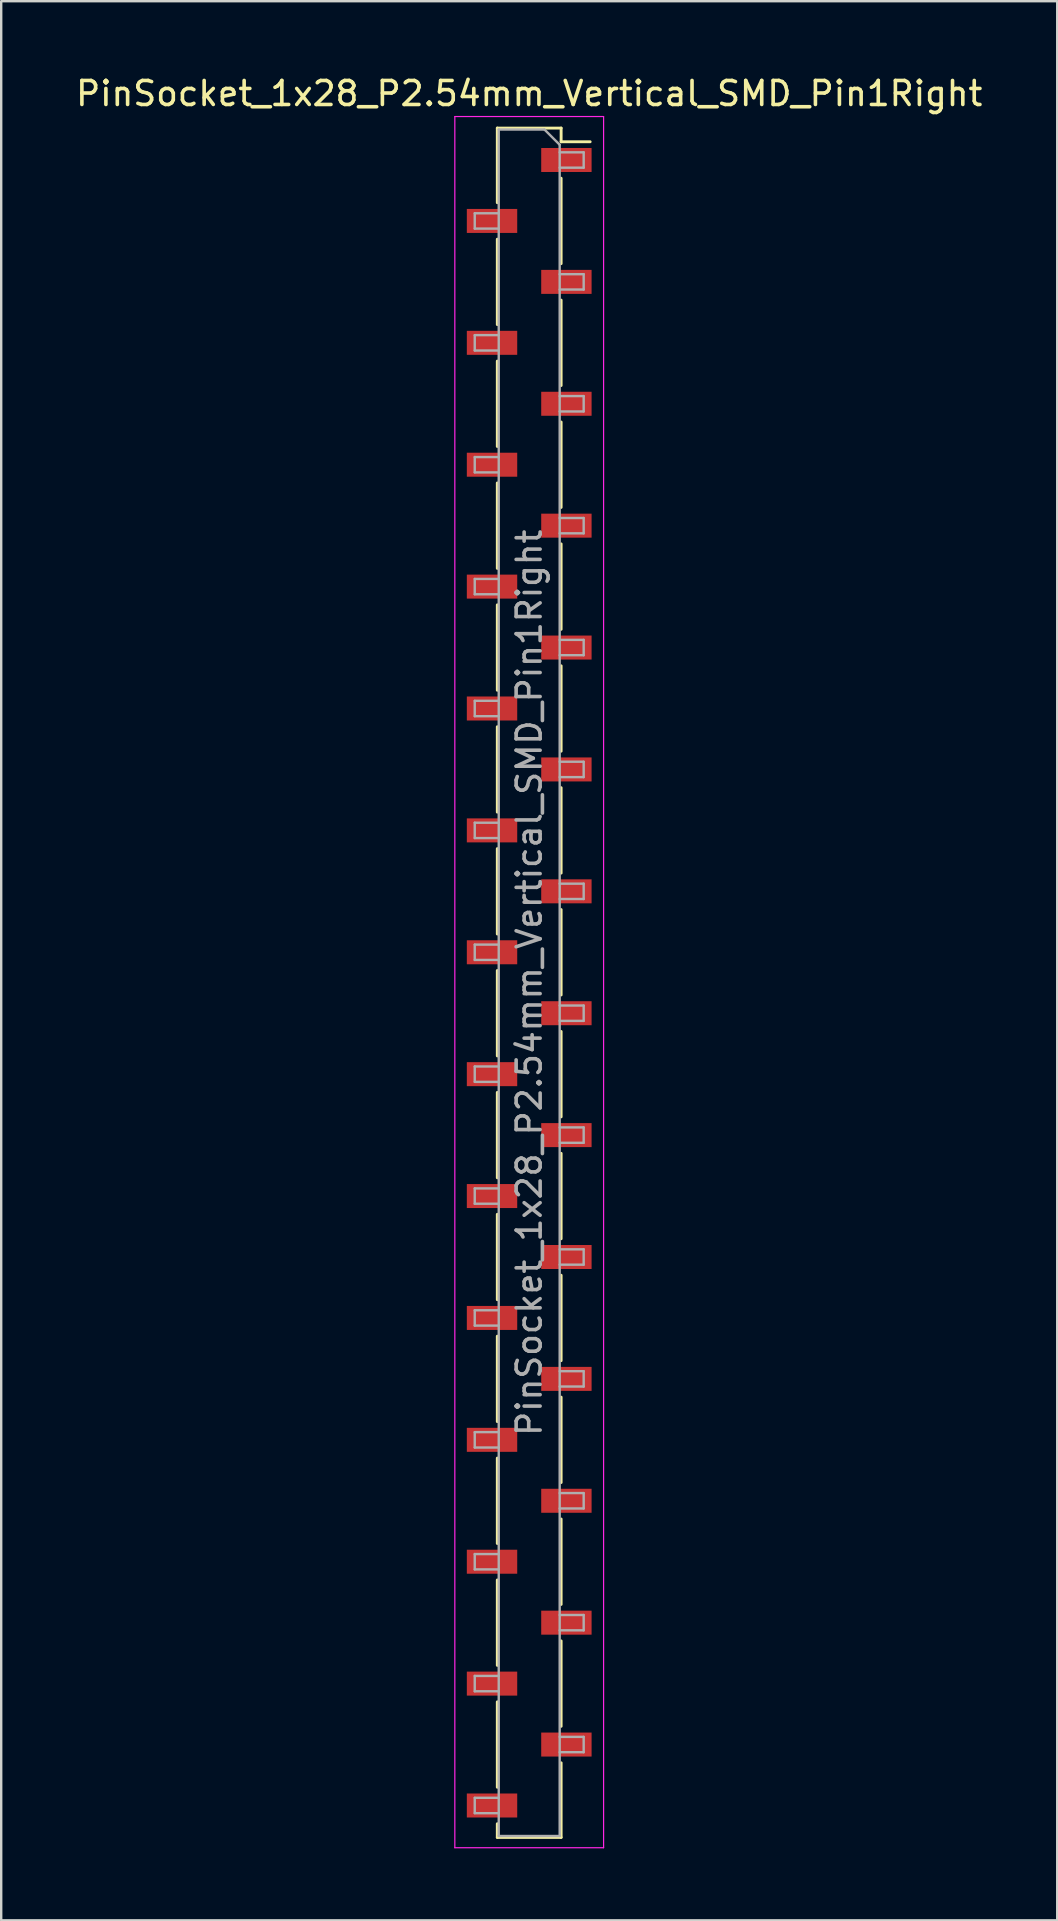
<source format=kicad_pcb>
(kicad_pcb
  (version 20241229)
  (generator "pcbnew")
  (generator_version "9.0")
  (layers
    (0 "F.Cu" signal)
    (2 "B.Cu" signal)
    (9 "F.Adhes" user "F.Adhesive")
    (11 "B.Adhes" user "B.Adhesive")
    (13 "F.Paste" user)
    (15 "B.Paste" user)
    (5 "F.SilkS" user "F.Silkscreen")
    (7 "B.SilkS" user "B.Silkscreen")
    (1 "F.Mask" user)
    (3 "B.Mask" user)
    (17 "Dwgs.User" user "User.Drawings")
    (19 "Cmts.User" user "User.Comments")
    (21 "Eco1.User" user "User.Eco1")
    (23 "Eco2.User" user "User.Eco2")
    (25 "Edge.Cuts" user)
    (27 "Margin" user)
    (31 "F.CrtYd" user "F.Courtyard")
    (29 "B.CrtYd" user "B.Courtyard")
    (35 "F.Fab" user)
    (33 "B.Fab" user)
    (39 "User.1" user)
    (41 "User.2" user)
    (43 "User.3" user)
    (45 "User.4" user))
  (footprint "PinSocket_1x28_P2.54mm_Vertical_SMD_Pin1Right"
    (layer "F.Cu")
    (at 19.006 37.908)
    (property "Reference" "PinSocket_1x28_P2.54mm_Vertical_SMD_Pin1Right" (at 0 -37.06 0) (layer "F.SilkS") (effects (font (size 1 1) (thickness 0.15))))
    (attr smd)
    (fp_line (start -1.33 -35.62) (end -1.33 -32.51) (stroke (width 0.12) (type solid)) (layer "F.SilkS"))
    (fp_line (start -1.33 -35.62) (end 1.33 -35.62) (stroke (width 0.12) (type solid)) (layer "F.SilkS"))
    (fp_line (start -1.33 -30.99) (end -1.33 -27.43) (stroke (width 0.12) (type solid)) (layer "F.SilkS"))
    (fp_line (start -1.33 -25.91) (end -1.33 -22.35) (stroke (width 0.12) (type solid)) (layer "F.SilkS"))
    (fp_line (start -1.33 -20.83) (end -1.33 -17.27) (stroke (width 0.12) (type solid)) (layer "F.SilkS"))
    (fp_line (start -1.33 -15.75) (end -1.33 -12.19) (stroke (width 0.12) (type solid)) (layer "F.SilkS"))
    (fp_line (start -1.33 -10.67) (end -1.33 -7.11) (stroke (width 0.12) (type solid)) (layer "F.SilkS"))
    (fp_line (start -1.33 -5.59) (end -1.33 -2.03) (stroke (width 0.12) (type solid)) (layer "F.SilkS"))
    (fp_line (start -1.33 -0.51) (end -1.33 3.05) (stroke (width 0.12) (type solid)) (layer "F.SilkS"))
    (fp_line (start -1.33 4.57) (end -1.33 8.13) (stroke (width 0.12) (type solid)) (layer "F.SilkS"))
    (fp_line (start -1.33 9.65) (end -1.33 13.21) (stroke (width 0.12) (type solid)) (layer "F.SilkS"))
    (fp_line (start -1.33 14.73) (end -1.33 18.29) (stroke (width 0.12) (type solid)) (layer "F.SilkS"))
    (fp_line (start -1.33 19.81) (end -1.33 23.37) (stroke (width 0.12) (type solid)) (layer "F.SilkS"))
    (fp_line (start -1.33 24.89) (end -1.33 28.45) (stroke (width 0.12) (type solid)) (layer "F.SilkS"))
    (fp_line (start -1.33 29.97) (end -1.33 33.53) (stroke (width 0.12) (type solid)) (layer "F.SilkS"))
    (fp_line (start -1.33 35.05) (end -1.33 35.62) (stroke (width 0.12) (type solid)) (layer "F.SilkS"))
    (fp_line (start -1.33 35.62) (end 1.33 35.62) (stroke (width 0.12) (type solid)) (layer "F.SilkS"))
    (fp_line (start 1.33 -35.62) (end 1.33 -35.05) (stroke (width 0.12) (type solid)) (layer "F.SilkS"))
    (fp_line (start 1.33 -35.05) (end 2.54 -35.05) (stroke (width 0.12) (type solid)) (layer "F.SilkS"))
    (fp_line (start 1.33 -33.53) (end 1.33 -29.97) (stroke (width 0.12) (type solid)) (layer "F.SilkS"))
    (fp_line (start 1.33 -28.45) (end 1.33 -24.89) (stroke (width 0.12) (type solid)) (layer "F.SilkS"))
    (fp_line (start 1.33 -23.37) (end 1.33 -19.81) (stroke (width 0.12) (type solid)) (layer "F.SilkS"))
    (fp_line (start 1.33 -18.29) (end 1.33 -14.73) (stroke (width 0.12) (type solid)) (layer "F.SilkS"))
    (fp_line (start 1.33 -13.21) (end 1.33 -9.65) (stroke (width 0.12) (type solid)) (layer "F.SilkS"))
    (fp_line (start 1.33 -8.13) (end 1.33 -4.57) (stroke (width 0.12) (type solid)) (layer "F.SilkS"))
    (fp_line (start 1.33 -3.05) (end 1.33 0.51) (stroke (width 0.12) (type solid)) (layer "F.SilkS"))
    (fp_line (start 1.33 2.03) (end 1.33 5.59) (stroke (width 0.12) (type solid)) (layer "F.SilkS"))
    (fp_line (start 1.33 7.11) (end 1.33 10.67) (stroke (width 0.12) (type solid)) (layer "F.SilkS"))
    (fp_line (start 1.33 12.19) (end 1.33 15.75) (stroke (width 0.12) (type solid)) (layer "F.SilkS"))
    (fp_line (start 1.33 17.27) (end 1.33 20.83) (stroke (width 0.12) (type solid)) (layer "F.SilkS"))
    (fp_line (start 1.33 22.35) (end 1.33 25.91) (stroke (width 0.12) (type solid)) (layer "F.SilkS"))
    (fp_line (start 1.33 27.43) (end 1.33 30.99) (stroke (width 0.12) (type solid)) (layer "F.SilkS"))
    (fp_line (start 1.33 32.51) (end 1.33 35.62) (stroke (width 0.12) (type solid)) (layer "F.SilkS"))
    (fp_line (start -3.1 -36.1) (end 3.1 -36.1) (stroke (width 0.05) (type solid)) (layer "F.CrtYd"))
    (fp_line (start -3.1 36.05) (end -3.1 -36.1) (stroke (width 0.05) (type solid)) (layer "F.CrtYd"))
    (fp_line (start 3.1 -36.1) (end 3.1 36.05) (stroke (width 0.05) (type solid)) (layer "F.CrtYd"))
    (fp_line (start 3.1 36.05) (end -3.1 36.05) (stroke (width 0.05) (type solid)) (layer "F.CrtYd"))
    (fp_line (start -2.27 -32.07) (end -1.27 -32.07) (stroke (width 0.1) (type solid)) (layer "F.Fab"))
    (fp_line (start -2.27 -31.43) (end -2.27 -32.07) (stroke (width 0.1) (type solid)) (layer "F.Fab"))
    (fp_line (start -2.27 -26.99) (end -1.27 -26.99) (stroke (width 0.1) (type solid)) (layer "F.Fab"))
    (fp_line (start -2.27 -26.35) (end -2.27 -26.99) (stroke (width 0.1) (type solid)) (layer "F.Fab"))
    (fp_line (start -2.27 -21.91) (end -1.27 -21.91) (stroke (width 0.1) (type solid)) (layer "F.Fab"))
    (fp_line (start -2.27 -21.27) (end -2.27 -21.91) (stroke (width 0.1) (type solid)) (layer "F.Fab"))
    (fp_line (start -2.27 -16.83) (end -1.27 -16.83) (stroke (width 0.1) (type solid)) (layer "F.Fab"))
    (fp_line (start -2.27 -16.19) (end -2.27 -16.83) (stroke (width 0.1) (type solid)) (layer "F.Fab"))
    (fp_line (start -2.27 -11.75) (end -1.27 -11.75) (stroke (width 0.1) (type solid)) (layer "F.Fab"))
    (fp_line (start -2.27 -11.11) (end -2.27 -11.75) (stroke (width 0.1) (type solid)) (layer "F.Fab"))
    (fp_line (start -2.27 -6.67) (end -1.27 -6.67) (stroke (width 0.1) (type solid)) (layer "F.Fab"))
    (fp_line (start -2.27 -6.03) (end -2.27 -6.67) (stroke (width 0.1) (type solid)) (layer "F.Fab"))
    (fp_line (start -2.27 -1.59) (end -1.27 -1.59) (stroke (width 0.1) (type solid)) (layer "F.Fab"))
    (fp_line (start -2.27 -0.95) (end -2.27 -1.59) (stroke (width 0.1) (type solid)) (layer "F.Fab"))
    (fp_line (start -2.27 3.49) (end -1.27 3.49) (stroke (width 0.1) (type solid)) (layer "F.Fab"))
    (fp_line (start -2.27 4.13) (end -2.27 3.49) (stroke (width 0.1) (type solid)) (layer "F.Fab"))
    (fp_line (start -2.27 8.57) (end -1.27 8.57) (stroke (width 0.1) (type solid)) (layer "F.Fab"))
    (fp_line (start -2.27 9.21) (end -2.27 8.57) (stroke (width 0.1) (type solid)) (layer "F.Fab"))
    (fp_line (start -2.27 13.65) (end -1.27 13.65) (stroke (width 0.1) (type solid)) (layer "F.Fab"))
    (fp_line (start -2.27 14.29) (end -2.27 13.65) (stroke (width 0.1) (type solid)) (layer "F.Fab"))
    (fp_line (start -2.27 18.73) (end -1.27 18.73) (stroke (width 0.1) (type solid)) (layer "F.Fab"))
    (fp_line (start -2.27 19.37) (end -2.27 18.73) (stroke (width 0.1) (type solid)) (layer "F.Fab"))
    (fp_line (start -2.27 23.81) (end -1.27 23.81) (stroke (width 0.1) (type solid)) (layer "F.Fab"))
    (fp_line (start -2.27 24.45) (end -2.27 23.81) (stroke (width 0.1) (type solid)) (layer "F.Fab"))
    (fp_line (start -2.27 28.89) (end -1.27 28.89) (stroke (width 0.1) (type solid)) (layer "F.Fab"))
    (fp_line (start -2.27 29.53) (end -2.27 28.89) (stroke (width 0.1) (type solid)) (layer "F.Fab"))
    (fp_line (start -2.27 33.97) (end -1.27 33.97) (stroke (width 0.1) (type solid)) (layer "F.Fab"))
    (fp_line (start -2.27 34.61) (end -2.27 33.97) (stroke (width 0.1) (type solid)) (layer "F.Fab"))
    (fp_line (start -1.27 -35.56) (end 0.635 -35.56) (stroke (width 0.1) (type solid)) (layer "F.Fab"))
    (fp_line (start -1.27 -31.43) (end -2.27 -31.43) (stroke (width 0.1) (type solid)) (layer "F.Fab"))
    (fp_line (start -1.27 -26.35) (end -2.27 -26.35) (stroke (width 0.1) (type solid)) (layer "F.Fab"))
    (fp_line (start -1.27 -21.27) (end -2.27 -21.27) (stroke (width 0.1) (type solid)) (layer "F.Fab"))
    (fp_line (start -1.27 -16.19) (end -2.27 -16.19) (stroke (width 0.1) (type solid)) (layer "F.Fab"))
    (fp_line (start -1.27 -11.11) (end -2.27 -11.11) (stroke (width 0.1) (type solid)) (layer "F.Fab"))
    (fp_line (start -1.27 -6.03) (end -2.27 -6.03) (stroke (width 0.1) (type solid)) (layer "F.Fab"))
    (fp_line (start -1.27 -0.95) (end -2.27 -0.95) (stroke (width 0.1) (type solid)) (layer "F.Fab"))
    (fp_line (start -1.27 4.13) (end -2.27 4.13) (stroke (width 0.1) (type solid)) (layer "F.Fab"))
    (fp_line (start -1.27 9.21) (end -2.27 9.21) (stroke (width 0.1) (type solid)) (layer "F.Fab"))
    (fp_line (start -1.27 14.29) (end -2.27 14.29) (stroke (width 0.1) (type solid)) (layer "F.Fab"))
    (fp_line (start -1.27 19.37) (end -2.27 19.37) (stroke (width 0.1) (type solid)) (layer "F.Fab"))
    (fp_line (start -1.27 24.45) (end -2.27 24.45) (stroke (width 0.1) (type solid)) (layer "F.Fab"))
    (fp_line (start -1.27 29.53) (end -2.27 29.53) (stroke (width 0.1) (type solid)) (layer "F.Fab"))
    (fp_line (start -1.27 34.61) (end -2.27 34.61) (stroke (width 0.1) (type solid)) (layer "F.Fab"))
    (fp_line (start -1.27 35.56) (end -1.27 -35.56) (stroke (width 0.1) (type solid)) (layer "F.Fab"))
    (fp_line (start 0.635 -35.56) (end 1.27 -34.925) (stroke (width 0.1) (type solid)) (layer "F.Fab"))
    (fp_line (start 1.27 -34.925) (end 1.27 35.56) (stroke (width 0.1) (type solid)) (layer "F.Fab"))
    (fp_line (start 1.27 -34.61) (end 2.27 -34.61) (stroke (width 0.1) (type solid)) (layer "F.Fab"))
    (fp_line (start 1.27 -29.53) (end 2.27 -29.53) (stroke (width 0.1) (type solid)) (layer "F.Fab"))
    (fp_line (start 1.27 -24.45) (end 2.27 -24.45) (stroke (width 0.1) (type solid)) (layer "F.Fab"))
    (fp_line (start 1.27 -19.37) (end 2.27 -19.37) (stroke (width 0.1) (type solid)) (layer "F.Fab"))
    (fp_line (start 1.27 -14.29) (end 2.27 -14.29) (stroke (width 0.1) (type solid)) (layer "F.Fab"))
    (fp_line (start 1.27 -9.21) (end 2.27 -9.21) (stroke (width 0.1) (type solid)) (layer "F.Fab"))
    (fp_line (start 1.27 -4.13) (end 2.27 -4.13) (stroke (width 0.1) (type solid)) (layer "F.Fab"))
    (fp_line (start 1.27 0.95) (end 2.27 0.95) (stroke (width 0.1) (type solid)) (layer "F.Fab"))
    (fp_line (start 1.27 6.03) (end 2.27 6.03) (stroke (width 0.1) (type solid)) (layer "F.Fab"))
    (fp_line (start 1.27 11.11) (end 2.27 11.11) (stroke (width 0.1) (type solid)) (layer "F.Fab"))
    (fp_line (start 1.27 16.19) (end 2.27 16.19) (stroke (width 0.1) (type solid)) (layer "F.Fab"))
    (fp_line (start 1.27 21.27) (end 2.27 21.27) (stroke (width 0.1) (type solid)) (layer "F.Fab"))
    (fp_line (start 1.27 26.35) (end 2.27 26.35) (stroke (width 0.1) (type solid)) (layer "F.Fab"))
    (fp_line (start 1.27 31.43) (end 2.27 31.43) (stroke (width 0.1) (type solid)) (layer "F.Fab"))
    (fp_line (start 1.27 35.56) (end -1.27 35.56) (stroke (width 0.1) (type solid)) (layer "F.Fab"))
    (fp_line (start 2.27 -34.61) (end 2.27 -33.97) (stroke (width 0.1) (type solid)) (layer "F.Fab"))
    (fp_line (start 2.27 -33.97) (end 1.27 -33.97) (stroke (width 0.1) (type solid)) (layer "F.Fab"))
    (fp_line (start 2.27 -29.53) (end 2.27 -28.89) (stroke (width 0.1) (type solid)) (layer "F.Fab"))
    (fp_line (start 2.27 -28.89) (end 1.27 -28.89) (stroke (width 0.1) (type solid)) (layer "F.Fab"))
    (fp_line (start 2.27 -24.45) (end 2.27 -23.81) (stroke (width 0.1) (type solid)) (layer "F.Fab"))
    (fp_line (start 2.27 -23.81) (end 1.27 -23.81) (stroke (width 0.1) (type solid)) (layer "F.Fab"))
    (fp_line (start 2.27 -19.37) (end 2.27 -18.73) (stroke (width 0.1) (type solid)) (layer "F.Fab"))
    (fp_line (start 2.27 -18.73) (end 1.27 -18.73) (stroke (width 0.1) (type solid)) (layer "F.Fab"))
    (fp_line (start 2.27 -14.29) (end 2.27 -13.65) (stroke (width 0.1) (type solid)) (layer "F.Fab"))
    (fp_line (start 2.27 -13.65) (end 1.27 -13.65) (stroke (width 0.1) (type solid)) (layer "F.Fab"))
    (fp_line (start 2.27 -9.21) (end 2.27 -8.57) (stroke (width 0.1) (type solid)) (layer "F.Fab"))
    (fp_line (start 2.27 -8.57) (end 1.27 -8.57) (stroke (width 0.1) (type solid)) (layer "F.Fab"))
    (fp_line (start 2.27 -4.13) (end 2.27 -3.49) (stroke (width 0.1) (type solid)) (layer "F.Fab"))
    (fp_line (start 2.27 -3.49) (end 1.27 -3.49) (stroke (width 0.1) (type solid)) (layer "F.Fab"))
    (fp_line (start 2.27 0.95) (end 2.27 1.59) (stroke (width 0.1) (type solid)) (layer "F.Fab"))
    (fp_line (start 2.27 1.59) (end 1.27 1.59) (stroke (width 0.1) (type solid)) (layer "F.Fab"))
    (fp_line (start 2.27 6.03) (end 2.27 6.67) (stroke (width 0.1) (type solid)) (layer "F.Fab"))
    (fp_line (start 2.27 6.67) (end 1.27 6.67) (stroke (width 0.1) (type solid)) (layer "F.Fab"))
    (fp_line (start 2.27 11.11) (end 2.27 11.75) (stroke (width 0.1) (type solid)) (layer "F.Fab"))
    (fp_line (start 2.27 11.75) (end 1.27 11.75) (stroke (width 0.1) (type solid)) (layer "F.Fab"))
    (fp_line (start 2.27 16.19) (end 2.27 16.83) (stroke (width 0.1) (type solid)) (layer "F.Fab"))
    (fp_line (start 2.27 16.83) (end 1.27 16.83) (stroke (width 0.1) (type solid)) (layer "F.Fab"))
    (fp_line (start 2.27 21.27) (end 2.27 21.91) (stroke (width 0.1) (type solid)) (layer "F.Fab"))
    (fp_line (start 2.27 21.91) (end 1.27 21.91) (stroke (width 0.1) (type solid)) (layer "F.Fab"))
    (fp_line (start 2.27 26.35) (end 2.27 26.99) (stroke (width 0.1) (type solid)) (layer "F.Fab"))
    (fp_line (start 2.27 26.99) (end 1.27 26.99) (stroke (width 0.1) (type solid)) (layer "F.Fab"))
    (fp_line (start 2.27 31.43) (end 2.27 32.07) (stroke (width 0.1) (type solid)) (layer "F.Fab"))
    (fp_line (start 2.27 32.07) (end 1.27 32.07) (stroke (width 0.1) (type solid)) (layer "F.Fab"))
    (fp_text user "${REFERENCE}" (at 0 0 90) (layer "F.Fab") (effects (font (size 1 1) (thickness 0.15))))
    (pad "1" smd rect (at 1.55 -34.29) (size 2.1 1) (layers "F.Cu" "F.Mask" "F.Paste"))
    (pad "2" smd rect (at -1.55 -31.75) (size 2.1 1) (layers "F.Cu" "F.Mask" "F.Paste"))
    (pad "3" smd rect (at 1.55 -29.21) (size 2.1 1) (layers "F.Cu" "F.Mask" "F.Paste"))
    (pad "4" smd rect (at -1.55 -26.67) (size 2.1 1) (layers "F.Cu" "F.Mask" "F.Paste"))
    (pad "5" smd rect (at 1.55 -24.13) (size 2.1 1) (layers "F.Cu" "F.Mask" "F.Paste"))
    (pad "6" smd rect (at -1.55 -21.59) (size 2.1 1) (layers "F.Cu" "F.Mask" "F.Paste"))
    (pad "7" smd rect (at 1.55 -19.05) (size 2.1 1) (layers "F.Cu" "F.Mask" "F.Paste"))
    (pad "8" smd rect (at -1.55 -16.51) (size 2.1 1) (layers "F.Cu" "F.Mask" "F.Paste"))
    (pad "9" smd rect (at 1.55 -13.97) (size 2.1 1) (layers "F.Cu" "F.Mask" "F.Paste"))
    (pad "10" smd rect (at -1.55 -11.43) (size 2.1 1) (layers "F.Cu" "F.Mask" "F.Paste"))
    (pad "11" smd rect (at 1.55 -8.89) (size 2.1 1) (layers "F.Cu" "F.Mask" "F.Paste"))
    (pad "12" smd rect (at -1.55 -6.35) (size 2.1 1) (layers "F.Cu" "F.Mask" "F.Paste"))
    (pad "13" smd rect (at 1.55 -3.81) (size 2.1 1) (layers "F.Cu" "F.Mask" "F.Paste"))
    (pad "14" smd rect (at -1.55 -1.27) (size 2.1 1) (layers "F.Cu" "F.Mask" "F.Paste"))
    (pad "15" smd rect (at 1.55 1.27) (size 2.1 1) (layers "F.Cu" "F.Mask" "F.Paste"))
    (pad "16" smd rect (at -1.55 3.81) (size 2.1 1) (layers "F.Cu" "F.Mask" "F.Paste"))
    (pad "17" smd rect (at 1.55 6.35) (size 2.1 1) (layers "F.Cu" "F.Mask" "F.Paste"))
    (pad "18" smd rect (at -1.55 8.89) (size 2.1 1) (layers "F.Cu" "F.Mask" "F.Paste"))
    (pad "19" smd rect (at 1.55 11.43) (size 2.1 1) (layers "F.Cu" "F.Mask" "F.Paste"))
    (pad "20" smd rect (at -1.55 13.97) (size 2.1 1) (layers "F.Cu" "F.Mask" "F.Paste"))
    (pad "21" smd rect (at 1.55 16.51) (size 2.1 1) (layers "F.Cu" "F.Mask" "F.Paste"))
    (pad "22" smd rect (at -1.55 19.05) (size 2.1 1) (layers "F.Cu" "F.Mask" "F.Paste"))
    (pad "23" smd rect (at 1.55 21.59) (size 2.1 1) (layers "F.Cu" "F.Mask" "F.Paste"))
    (pad "24" smd rect (at -1.55 24.13) (size 2.1 1) (layers "F.Cu" "F.Mask" "F.Paste"))
    (pad "25" smd rect (at 1.55 26.67) (size 2.1 1) (layers "F.Cu" "F.Mask" "F.Paste"))
    (pad "26" smd rect (at -1.55 29.21) (size 2.1 1) (layers "F.Cu" "F.Mask" "F.Paste"))
    (pad "27" smd rect (at 1.55 31.75) (size 2.1 1) (layers "F.Cu" "F.Mask" "F.Paste"))
    (pad "28" smd rect (at -1.55 34.29) (size 2.1 1) (layers "F.Cu" "F.Mask" "F.Paste")))
  (gr_rect
    (start -3 -3)
    (end 41.012 76.983)
    (stroke (width 0.1) (type default))
    (fill no)
    (layer "Edge.Cuts")))
</source>
